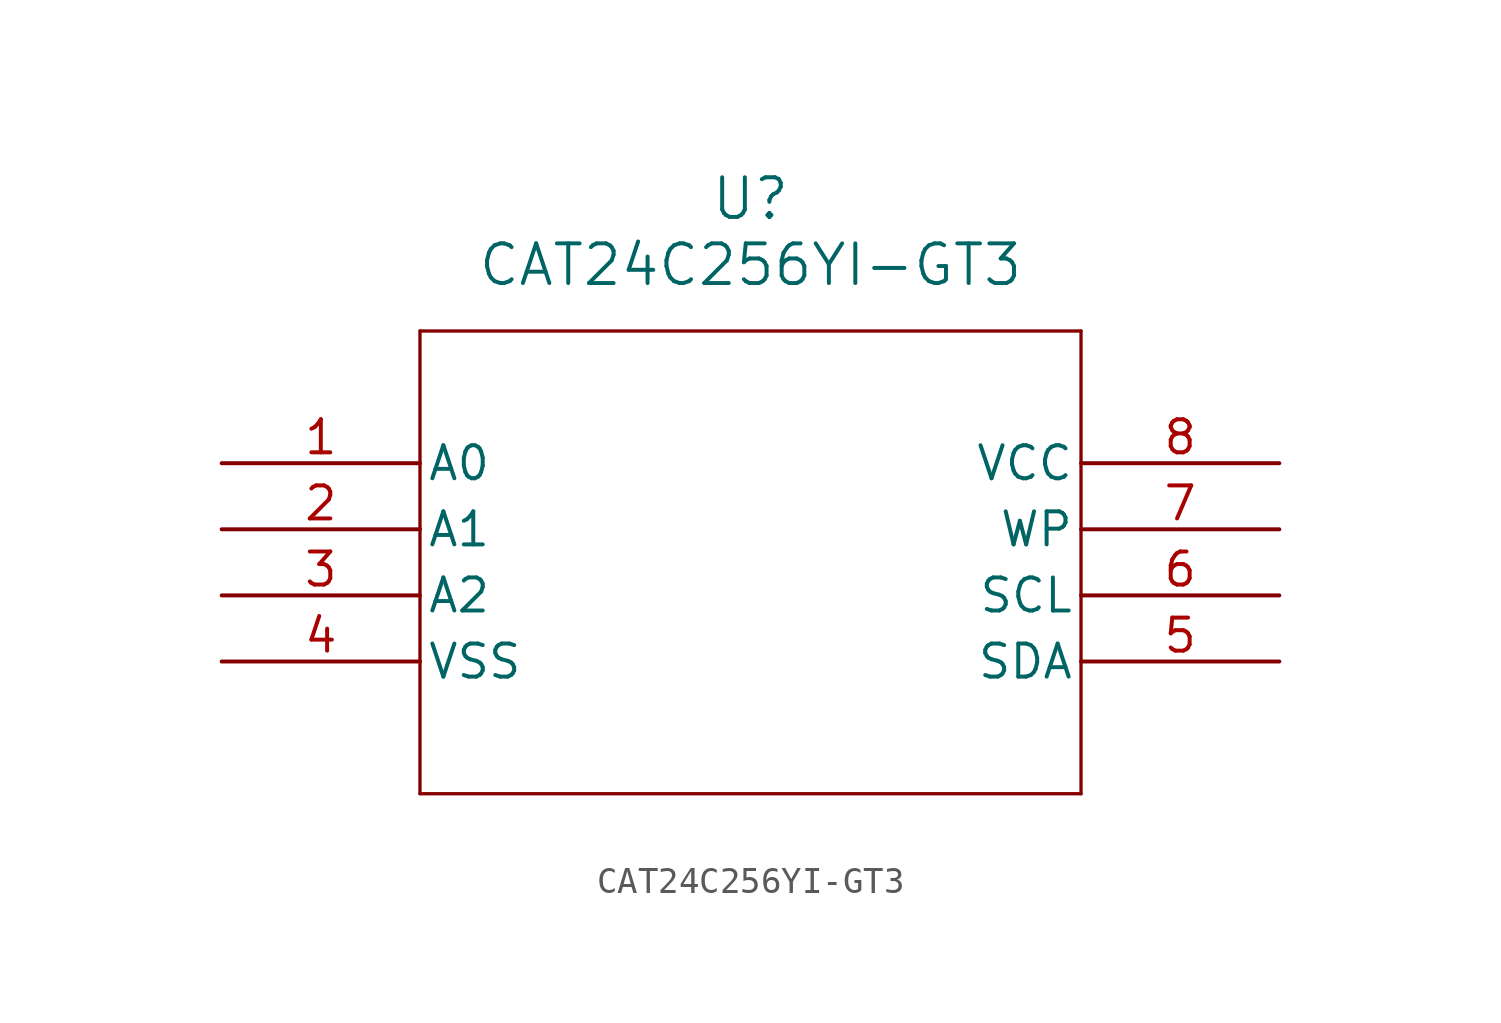
<source format=kicad_sym>
(kicad_symbol_lib
  (version 20211014)
  (generator kicad_symbol_editor)
  (symbol "CAT24C256YI-GT3"
    (pin_names
      (offset 0.254))
    (property "Reference" "U"
      (at 20.32 10.16 0)
      (effects (font (size 1.524 1.524))))
    (property "Value" "CAT24C256YI-GT3"
      (at 20.32 7.62 0)
      (effects (font (size 1.524 1.524))))
    (symbol "CAT24C256YI-GT3_0_1"
      (polyline (pts (xy 7.62 5.08) (xy 7.62 -12.7)) (stroke (width 0.127) (type default) (color 0 0 0 0)) (fill (type none)))
      (polyline (pts (xy 7.62 -12.7) (xy 33.02 -12.7)) (stroke (width 0.127) (type default) (color 0 0 0 0)) (fill (type none)))
      (polyline (pts (xy 33.02 -12.7) (xy 33.02 5.08)) (stroke (width 0.127) (type default) (color 0 0 0 0)) (fill (type none)))
      (polyline (pts (xy 33.02 5.08) (xy 7.62 5.08)) (stroke (width 0.127) (type default) (color 0 0 0 0)) (fill (type none)))
      (pin unspecified line (at 0 0 0) (length 7.62) (name "A0" (effects (font (size 1.27 1.27)))) (number "1" (effects (font (size 1.27 1.27)))))
      (pin unspecified line (at 0 -2.54 0) (length 7.62) (name "A1" (effects (font (size 1.27 1.27)))) (number "2" (effects (font (size 1.27 1.27)))))
      (pin unspecified line (at 0 -5.08 0) (length 7.62) (name "A2" (effects (font (size 1.27 1.27)))) (number "3" (effects (font (size 1.27 1.27)))))
      (pin power_in line (at 0 -7.62 0) (length 7.62) (name "VSS" (effects (font (size 1.27 1.27)))) (number "4" (effects (font (size 1.27 1.27)))))
      (pin unspecified line (at 40.64 -7.62 180) (length 7.62) (name "SDA" (effects (font (size 1.27 1.27)))) (number "5" (effects (font (size 1.27 1.27)))))
      (pin unspecified line (at 40.64 -5.08 180) (length 7.62) (name "SCL" (effects (font (size 1.27 1.27)))) (number "6" (effects (font (size 1.27 1.27)))))
      (pin unspecified line (at 40.64 -2.54 180) (length 7.62) (name "WP" (effects (font (size 1.27 1.27)))) (number "7" (effects (font (size 1.27 1.27)))))
      (pin power_in line (at 40.64 0 180) (length 7.62) (name "VCC" (effects (font (size 1.27 1.27)))) (number "8" (effects (font (size 1.27 1.27))))))))
</source>
